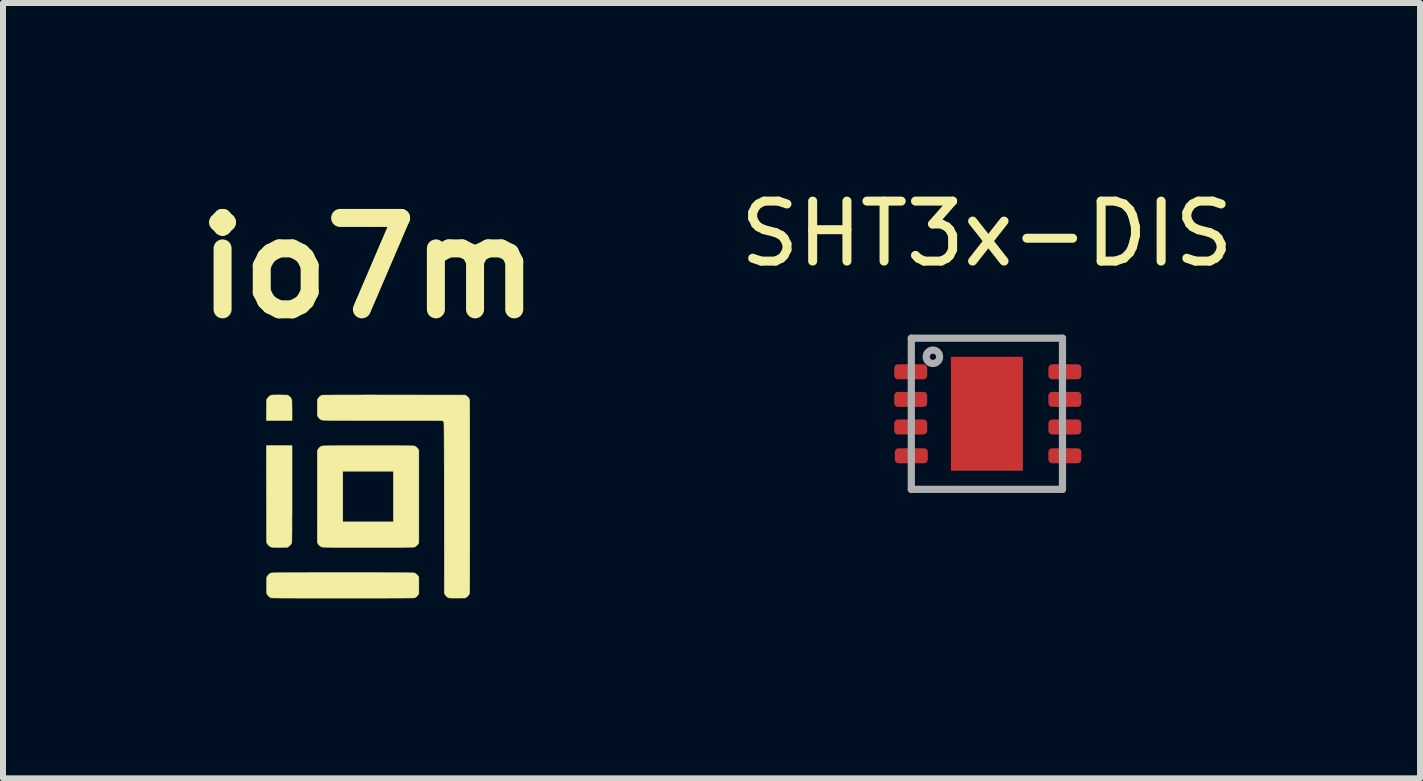
<source format=kicad_pcb>
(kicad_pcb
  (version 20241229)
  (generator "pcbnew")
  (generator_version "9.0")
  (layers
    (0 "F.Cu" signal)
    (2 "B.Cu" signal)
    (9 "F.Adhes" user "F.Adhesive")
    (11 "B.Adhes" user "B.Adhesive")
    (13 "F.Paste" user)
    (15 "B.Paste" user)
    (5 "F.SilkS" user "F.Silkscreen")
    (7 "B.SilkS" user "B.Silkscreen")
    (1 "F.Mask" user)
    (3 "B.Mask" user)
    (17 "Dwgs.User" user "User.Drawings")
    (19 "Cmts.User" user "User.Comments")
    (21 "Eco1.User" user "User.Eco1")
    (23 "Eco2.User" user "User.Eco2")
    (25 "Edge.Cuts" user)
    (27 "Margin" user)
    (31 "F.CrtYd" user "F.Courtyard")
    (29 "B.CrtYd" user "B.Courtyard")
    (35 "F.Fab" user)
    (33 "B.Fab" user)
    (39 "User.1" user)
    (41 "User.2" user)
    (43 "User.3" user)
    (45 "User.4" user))
  (footprint "SHT3x-DIS"
    (layer "F.Cu")
    (at 13.403 3.848)
    (property "Reference" "SHT3x-DIS" (at 0 -3 0) (layer "F.SilkS") (effects (font (size 1 1) (thickness 0.15))))
    (attr through_hole)
    (fp_line (start -1.26 -1.26) (end -1.26 1.26) (stroke (width 0.12) (type solid)) (layer "F.Fab"))
    (fp_line (start -1.26 -1.26) (end 1.26 -1.26) (stroke (width 0.12) (type solid)) (layer "F.Fab"))
    (fp_line (start -1.26 1.26) (end 1.26 1.26) (stroke (width 0.12) (type solid)) (layer "F.Fab"))
    (fp_line (start 1.26 -1.26) (end 1.26 1.26) (stroke (width 0.12) (type solid)) (layer "F.Fab"))
    (fp_circle (center -0.9 -0.95) (end -0.8 -0.9) (stroke (width 0.12) (type solid)) (fill no) (layer "F.Fab"))
    (pad "1" smd roundrect (at -1.27 -0.7) (size 0.55 0.25) (layers "F.Cu" "F.Mask" "F.Paste") (roundrect_rratio 0.25))
    (pad "2" smd roundrect (at -1.27 -0.24) (size 0.55 0.25) (layers "F.Cu" "F.Mask" "F.Paste") (roundrect_rratio 0.25))
    (pad "3" smd roundrect (at -1.27 0.22) (size 0.55 0.25) (layers "F.Cu" "F.Mask" "F.Paste") (roundrect_rratio 0.25))
    (pad "4" smd roundrect (at -1.26 0.7) (size 0.55 0.25) (layers "F.Cu" "F.Mask" "F.Paste") (roundrect_rratio 0.25))
    (pad "5" smd roundrect (at 1.3 0.7) (size 0.55 0.25) (layers "F.Cu" "F.Mask" "F.Paste") (roundrect_rratio 0.25))
    (pad "6" smd roundrect (at 1.3 0.22) (size 0.55 0.25) (layers "F.Cu" "F.Mask" "F.Paste") (roundrect_rratio 0.25))
    (pad "7" smd roundrect (at 1.3 -0.24) (size 0.55 0.25) (layers "F.Cu" "F.Mask" "F.Paste") (roundrect_rratio 0.25))
    (pad "8" smd roundrect (at 1.3 -0.7) (size 0.55 0.25) (layers "F.Cu" "F.Mask" "F.Paste") (roundrect_rratio 0.25))
    (pad "9" smd rect (at 0 0) (size 1.2 1.9) (layers "F.Cu" "F.Mask" "F.Paste")))
  (footprint "io7m"
    (layer "F.Cu")
    (at 3.092 5.228)
    (property "Reference" "io7m" (at 0 -3.81 0) (layer "F.SilkS") (effects (font (size 1.524 1.524) (thickness 0.3))))
    (attr through_hole)
    (fp_poly (pts (xy -1.494 -1.693) (xy -1.476 -1.693) (xy -1.352 -1.691) (xy -1.331 -1.678) (xy -1.311 -1.663) (xy -1.294 -1.643) (xy -1.282 -1.623) (xy -1.279 -1.614) (xy -1.278 -1.605) (xy -1.277 -1.589) (xy -1.276 -1.566) (xy -1.275 -1.536) (xy -1.275 -1.5) (xy -1.274 -1.459) (xy -1.274 -1.434) (xy -1.274 -1.27) (xy -1.698 -1.27) (xy -1.697 -1.443) (xy -1.695 -1.615) (xy -1.684 -1.635) (xy -1.669 -1.654) (xy -1.651 -1.671) (xy -1.63 -1.684) (xy -1.616 -1.689) (xy -1.606 -1.691) (xy -1.589 -1.692) (xy -1.564 -1.692) (xy -1.532 -1.693) (xy -1.494 -1.693)) (stroke (width 0.01) (type solid)) (fill yes) (layer "F.SilkS"))
    (fp_poly (pts (xy -1.486 -0.847) (xy -1.274 -0.847) (xy -1.274 -0.048) (xy -1.274 0.065) (xy -1.274 0.168) (xy -1.274 0.264) (xy -1.275 0.351) (xy -1.275 0.429) (xy -1.275 0.5) (xy -1.275 0.562) (xy -1.276 0.616) (xy -1.276 0.661) (xy -1.277 0.699) (xy -1.277 0.728) (xy -1.278 0.749) (xy -1.278 0.762) (xy -1.279 0.767) (xy -1.288 0.788) (xy -1.303 0.808) (xy -1.322 0.825) (xy -1.331 0.832) (xy -1.352 0.845) (xy -1.479 0.846) (xy -1.518 0.846) (xy -1.55 0.846) (xy -1.575 0.845) (xy -1.594 0.845) (xy -1.608 0.844) (xy -1.617 0.842) (xy -1.622 0.841) (xy -1.644 0.829) (xy -1.665 0.812) (xy -1.682 0.791) (xy -1.684 0.788) (xy -1.695 0.768) (xy -1.697 -0.039) (xy -1.698 -0.847) (xy -1.486 -0.847)) (stroke (width 0.01) (type solid)) (fill yes) (layer "F.SilkS"))
    (fp_poly (pts (xy 0.203 -0.846) (xy 0.295 -0.846) (xy 0.379 -0.846) (xy 0.454 -0.846) (xy 0.521 -0.846) (xy 0.58 -0.845) (xy 0.631 -0.845) (xy 0.673 -0.845) (xy 0.707 -0.844) (xy 0.733 -0.844) (xy 0.751 -0.843) (xy 0.761 -0.843) (xy 0.763 -0.842) (xy 0.783 -0.833) (xy 0.804 -0.818) (xy 0.821 -0.799) (xy 0.828 -0.79) (xy 0.84 -0.769) (xy 0.84 0.769) (xy 0.828 0.79) (xy 0.812 0.81) (xy 0.792 0.827) (xy 0.772 0.839) (xy 0.763 0.842) (xy 0.757 0.843) (xy 0.742 0.843) (xy 0.72 0.844) (xy 0.689 0.844) (xy 0.65 0.845) (xy 0.603 0.845) (xy 0.548 0.846) (xy 0.484 0.846) (xy 0.412 0.846) (xy 0.332 0.846) (xy 0.244 0.846) (xy 0.147 0.846) (xy 0.041 0.846) (xy -0.006 0.846) (xy -0.103 0.846) (xy -0.192 0.846) (xy -0.273 0.846) (xy -0.346 0.846) (xy -0.412 0.846) (xy -0.471 0.846) (xy -0.524 0.846) (xy -0.571 0.846) (xy -0.612 0.845) (xy -0.648 0.845) (xy -0.678 0.845) (xy -0.704 0.844) (xy -0.725 0.844) (xy -0.742 0.843) (xy -0.755 0.843) (xy -0.765 0.842) (xy -0.771 0.842) (xy -0.775 0.841) (xy -0.775 0.841) (xy -0.797 0.829) (xy -0.818 0.812) (xy -0.835 0.792) (xy -0.837 0.788) (xy -0.849 0.768) (xy -0.849 -0.423) (xy -0.428 -0.423) (xy -0.428 0.423) (xy 0.419 0.423) (xy 0.419 -0.423) (xy -0.428 -0.423) (xy -0.849 -0.423) (xy -0.849 -0.768) (xy -0.837 -0.788) (xy -0.821 -0.809) (xy -0.801 -0.827) (xy -0.779 -0.839) (xy -0.775 -0.841) (xy -0.772 -0.841) (xy -0.766 -0.842) (xy -0.757 -0.843) (xy -0.744 -0.843) (xy -0.728 -0.844) (xy -0.707 -0.844) (xy -0.683 -0.845) (xy -0.653 -0.845) (xy -0.618 -0.845) (xy -0.578 -0.845) (xy -0.532 -0.846) (xy -0.48 -0.846) (xy -0.422 -0.846) (xy -0.357 -0.846) (xy -0.285 -0.846) (xy -0.205 -0.846) (xy -0.118 -0.846) (xy -0.022 -0.846) (xy -0.006 -0.846) (xy 0.103 -0.846) (xy 0.203 -0.846)) (stroke (width 0.01) (type solid)) (fill yes) (layer "F.SilkS"))
    (fp_poly (pts (xy -0.167 1.27) (xy -0.048 1.27) (xy 0.062 1.27) (xy 0.164 1.27) (xy 0.258 1.271) (xy 0.344 1.271) (xy 0.421 1.271) (xy 0.491 1.271) (xy 0.552 1.272) (xy 0.606 1.272) (xy 0.652 1.272) (xy 0.689 1.273) (xy 0.719 1.273) (xy 0.741 1.273) (xy 0.756 1.274) (xy 0.763 1.274) (xy 0.763 1.274) (xy 0.783 1.284) (xy 0.804 1.299) (xy 0.821 1.318) (xy 0.828 1.327) (xy 0.84 1.348) (xy 0.84 1.616) (xy 0.828 1.636) (xy 0.812 1.657) (xy 0.792 1.674) (xy 0.772 1.686) (xy 0.763 1.689) (xy 0.757 1.689) (xy 0.744 1.69) (xy 0.723 1.69) (xy 0.694 1.691) (xy 0.657 1.691) (xy 0.613 1.691) (xy 0.56 1.692) (xy 0.5 1.692) (xy 0.431 1.692) (xy 0.355 1.692) (xy 0.27 1.693) (xy 0.178 1.693) (xy 0.077 1.693) (xy -0.033 1.693) (xy -0.15 1.693) (xy -0.276 1.693) (xy -0.41 1.693) (xy -0.43 1.693) (xy -0.551 1.693) (xy -0.665 1.693) (xy -0.77 1.693) (xy -0.868 1.693) (xy -0.958 1.693) (xy -1.041 1.693) (xy -1.118 1.693) (xy -1.187 1.693) (xy -1.251 1.692) (xy -1.308 1.692) (xy -1.36 1.692) (xy -1.406 1.692) (xy -1.446 1.692) (xy -1.482 1.691) (xy -1.513 1.691) (xy -1.539 1.691) (xy -1.562 1.69) (xy -1.58 1.69) (xy -1.595 1.689) (xy -1.606 1.689) (xy -1.614 1.688) (xy -1.62 1.688) (xy -1.622 1.687) (xy -1.644 1.676) (xy -1.665 1.659) (xy -1.681 1.639) (xy -1.684 1.635) (xy -1.695 1.615) (xy -1.695 1.348) (xy -1.684 1.329) (xy -1.668 1.308) (xy -1.648 1.29) (xy -1.626 1.277) (xy -1.622 1.276) (xy -1.619 1.275) (xy -1.614 1.275) (xy -1.605 1.274) (xy -1.594 1.274) (xy -1.579 1.273) (xy -1.56 1.273) (xy -1.537 1.273) (xy -1.51 1.272) (xy -1.479 1.272) (xy -1.443 1.272) (xy -1.402 1.272) (xy -1.355 1.271) (xy -1.303 1.271) (xy -1.245 1.271) (xy -1.181 1.271) (xy -1.111 1.271) (xy -1.034 1.271) (xy -0.95 1.27) (xy -0.859 1.27) (xy -0.761 1.27) (xy -0.655 1.27) (xy -0.541 1.27) (xy -0.43 1.27) (xy -0.294 1.27) (xy -0.167 1.27)) (stroke (width 0.01) (type solid)) (fill yes) (layer "F.SilkS"))
    (fp_poly (pts (xy 0.078 -1.693) (xy 0.2 -1.692) (xy 0.331 -1.692) (xy 0.428 -1.692) (xy 1.611 -1.691) (xy 1.632 -1.678) (xy 1.652 -1.663) (xy 1.67 -1.643) (xy 1.682 -1.623) (xy 1.685 -1.614) (xy 1.685 -1.608) (xy 1.685 -1.595) (xy 1.686 -1.573) (xy 1.686 -1.544) (xy 1.686 -1.508) (xy 1.687 -1.466) (xy 1.687 -1.417) (xy 1.687 -1.362) (xy 1.688 -1.302) (xy 1.688 -1.236) (xy 1.688 -1.166) (xy 1.688 -1.091) (xy 1.688 -1.011) (xy 1.688 -0.928) (xy 1.689 -0.842) (xy 1.689 -0.752) (xy 1.689 -0.66) (xy 1.689 -0.565) (xy 1.689 -0.468) (xy 1.689 -0.37) (xy 1.689 -0.27) (xy 1.689 -0.169) (xy 1.689 -0.068) (xy 1.689 0.034) (xy 1.689 0.135) (xy 1.689 0.236) (xy 1.689 0.336) (xy 1.689 0.435) (xy 1.689 0.533) (xy 1.689 0.628) (xy 1.689 0.721) (xy 1.689 0.812) (xy 1.689 0.9) (xy 1.688 0.984) (xy 1.688 1.064) (xy 1.688 1.141) (xy 1.688 1.213) (xy 1.688 1.28) (xy 1.687 1.343) (xy 1.687 1.399) (xy 1.687 1.45) (xy 1.687 1.495) (xy 1.686 1.533) (xy 1.686 1.564) (xy 1.686 1.588) (xy 1.685 1.605) (xy 1.685 1.613) (xy 1.685 1.614) (xy 1.676 1.634) (xy 1.66 1.654) (xy 1.641 1.672) (xy 1.632 1.678) (xy 1.611 1.691) (xy 1.484 1.692) (xy 1.445 1.692) (xy 1.413 1.692) (xy 1.388 1.692) (xy 1.37 1.691) (xy 1.356 1.69) (xy 1.346 1.689) (xy 1.341 1.688) (xy 1.319 1.676) (xy 1.298 1.659) (xy 1.281 1.638) (xy 1.279 1.635) (xy 1.268 1.615) (xy 1.266 0.191) (xy 1.266 0.057) (xy 1.265 -0.069) (xy 1.265 -0.187) (xy 1.265 -0.297) (xy 1.265 -0.399) (xy 1.265 -0.494) (xy 1.264 -0.582) (xy 1.264 -0.664) (xy 1.264 -0.739) (xy 1.264 -0.807) (xy 1.263 -0.87) (xy 1.263 -0.926) (xy 1.263 -0.977) (xy 1.263 -1.023) (xy 1.262 -1.064) (xy 1.262 -1.1) (xy 1.262 -1.131) (xy 1.261 -1.158) (xy 1.261 -1.18) (xy 1.261 -1.199) (xy 1.26 -1.214) (xy 1.26 -1.226) (xy 1.259 -1.235) (xy 1.259 -1.24) (xy 1.258 -1.243) (xy 1.258 -1.244) (xy 1.251 -1.253) (xy 1.24 -1.261) (xy 1.239 -1.262) (xy 1.237 -1.263) (xy 1.235 -1.263) (xy 1.233 -1.264) (xy 1.229 -1.265) (xy 1.224 -1.266) (xy 1.218 -1.266) (xy 1.209 -1.267) (xy 1.198 -1.267) (xy 1.184 -1.268) (xy 1.168 -1.268) (xy 1.148 -1.268) (xy 1.125 -1.269) (xy 1.097 -1.269) (xy 1.066 -1.269) (xy 1.03 -1.269) (xy 0.989 -1.27) (xy 0.943 -1.27) (xy 0.891 -1.27) (xy 0.833 -1.27) (xy 0.769 -1.27) (xy 0.699 -1.27) (xy 0.622 -1.27) (xy 0.538 -1.27) (xy 0.446 -1.27) (xy 0.346 -1.27) (xy 0.239 -1.27) (xy 0.233 -1.27) (xy 0.121 -1.27) (xy 0.018 -1.27) (xy -0.077 -1.27) (xy -0.165 -1.27) (xy -0.245 -1.27) (xy -0.319 -1.271) (xy -0.385 -1.271) (xy -0.446 -1.271) (xy -0.5 -1.271) (xy -0.548 -1.271) (xy -0.591 -1.272) (xy -0.628 -1.272) (xy -0.661 -1.272) (xy -0.688 -1.272) (xy -0.712 -1.273) (xy -0.731 -1.273) (xy -0.746 -1.274) (xy -0.758 -1.274) (xy -0.767 -1.275) (xy -0.772 -1.275) (xy -0.775 -1.276) (xy -0.797 -1.287) (xy -0.818 -1.304) (xy -0.835 -1.325) (xy -0.837 -1.329) (xy -0.849 -1.348) (xy -0.849 -1.615) (xy -0.837 -1.635) (xy -0.823 -1.653) (xy -0.805 -1.67) (xy -0.785 -1.683) (xy -0.77 -1.689) (xy -0.764 -1.69) (xy -0.75 -1.69) (xy -0.727 -1.69) (xy -0.695 -1.691) (xy -0.655 -1.691) (xy -0.607 -1.691) (xy -0.551 -1.692) (xy -0.486 -1.692) (xy -0.413 -1.692) (xy -0.331 -1.692) (xy -0.241 -1.692) (xy -0.143 -1.692) (xy -0.037 -1.693) (xy 0.078 -1.693)) (stroke (width 0.01) (type solid)) (fill yes) (layer "F.SilkS")))
  (gr_rect
    (start -3 -3)
    (end 20.624 9.926)
    (stroke (width 0.1) (type default))
    (fill no)
    (layer "Edge.Cuts")))
</source>
